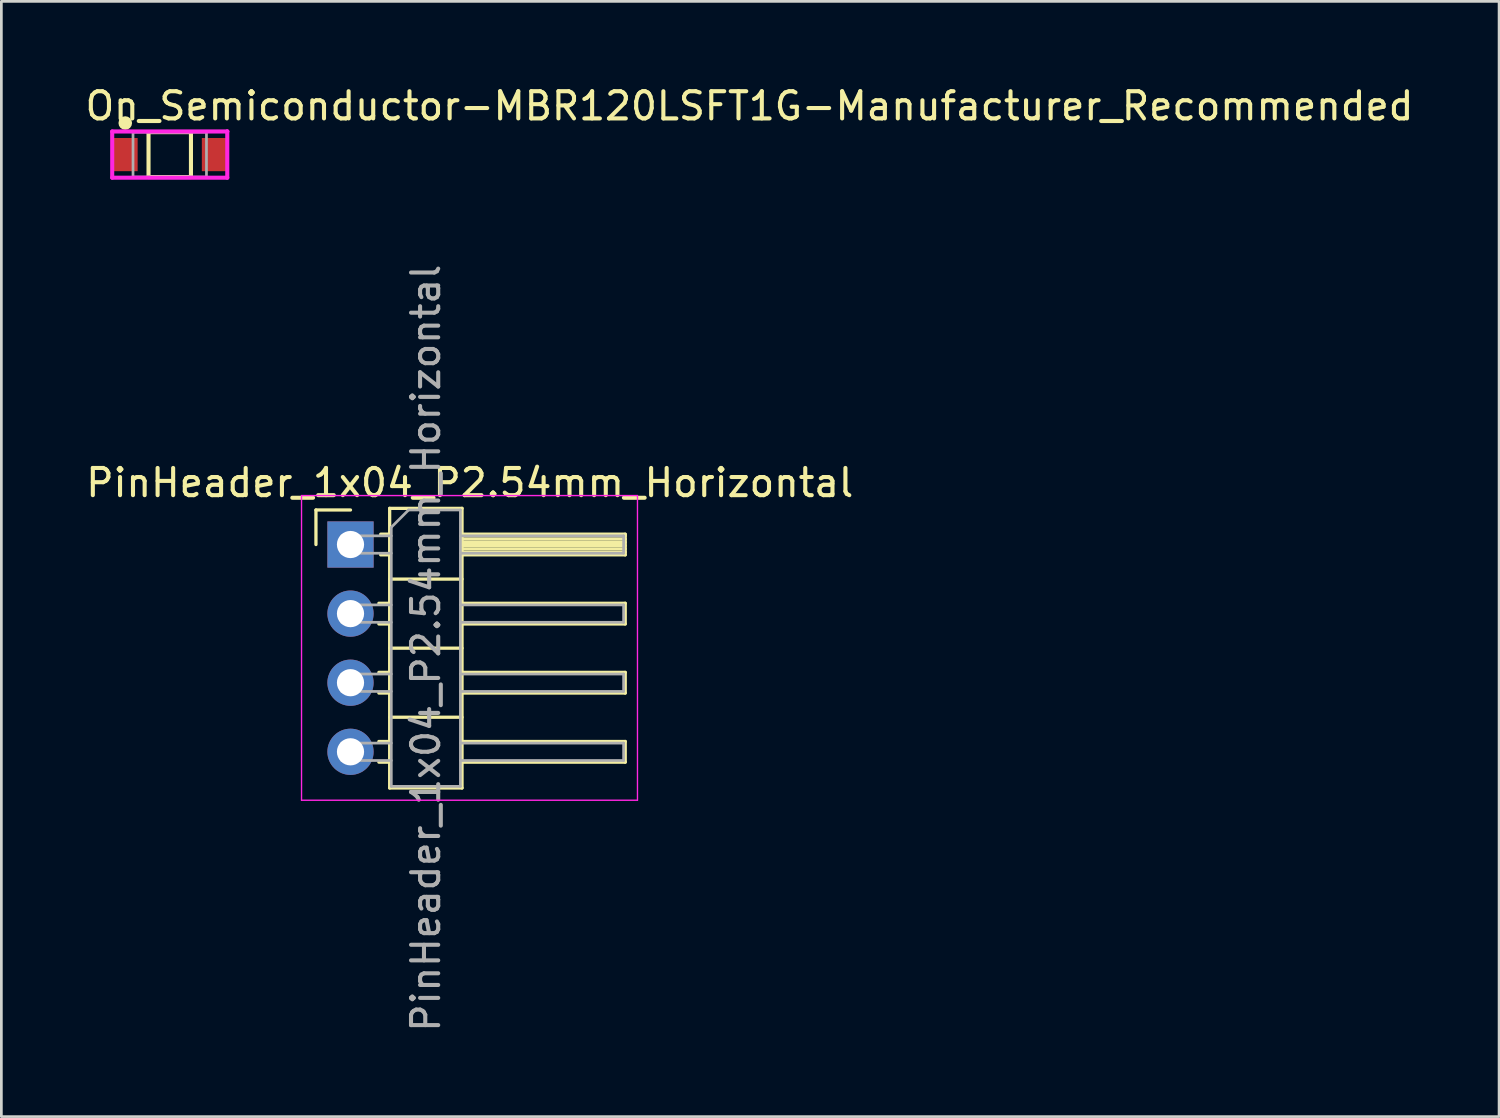
<source format=kicad_pcb>
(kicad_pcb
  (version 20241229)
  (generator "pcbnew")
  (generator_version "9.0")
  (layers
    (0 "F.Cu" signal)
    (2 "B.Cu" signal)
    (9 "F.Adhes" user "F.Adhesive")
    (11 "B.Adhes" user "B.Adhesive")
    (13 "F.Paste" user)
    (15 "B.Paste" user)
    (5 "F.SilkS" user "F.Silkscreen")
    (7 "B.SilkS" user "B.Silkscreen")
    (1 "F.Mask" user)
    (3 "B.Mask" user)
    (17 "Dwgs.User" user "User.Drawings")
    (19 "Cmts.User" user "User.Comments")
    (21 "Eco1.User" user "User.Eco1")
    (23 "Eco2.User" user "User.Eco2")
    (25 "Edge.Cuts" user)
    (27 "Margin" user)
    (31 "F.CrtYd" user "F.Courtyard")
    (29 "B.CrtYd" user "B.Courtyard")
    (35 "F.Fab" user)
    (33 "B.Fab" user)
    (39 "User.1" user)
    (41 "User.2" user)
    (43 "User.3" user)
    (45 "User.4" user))
  (footprint "PinHeader_1x04_P2.54mm_Horizontal"
    (layer "F.Cu")
    (at 9.835 16.968)
    (property "Reference" "PinHeader_1x04_P2.54mm_Horizontal" (at 4.385 -2.27 0) (layer "F.SilkS") (effects (font (size 1 1) (thickness 0.15))))
    (attr through_hole)
    (fp_line (start -1.27 -1.27) (end 0 -1.27) (stroke (width 0.12) (type solid)) (layer "F.SilkS"))
    (fp_line (start -1.27 0) (end -1.27 -1.27) (stroke (width 0.12) (type solid)) (layer "F.SilkS"))
    (fp_line (start 1.043 2.16) (end 1.44 2.16) (stroke (width 0.12) (type solid)) (layer "F.SilkS"))
    (fp_line (start 1.043 2.92) (end 1.44 2.92) (stroke (width 0.12) (type solid)) (layer "F.SilkS"))
    (fp_line (start 1.043 4.7) (end 1.44 4.7) (stroke (width 0.12) (type solid)) (layer "F.SilkS"))
    (fp_line (start 1.043 5.46) (end 1.44 5.46) (stroke (width 0.12) (type solid)) (layer "F.SilkS"))
    (fp_line (start 1.043 7.24) (end 1.44 7.24) (stroke (width 0.12) (type solid)) (layer "F.SilkS"))
    (fp_line (start 1.043 8) (end 1.44 8) (stroke (width 0.12) (type solid)) (layer "F.SilkS"))
    (fp_line (start 1.11 -0.38) (end 1.44 -0.38) (stroke (width 0.12) (type solid)) (layer "F.SilkS"))
    (fp_line (start 1.11 0.38) (end 1.44 0.38) (stroke (width 0.12) (type solid)) (layer "F.SilkS"))
    (fp_line (start 1.44 -1.33) (end 1.44 8.95) (stroke (width 0.12) (type solid)) (layer "F.SilkS"))
    (fp_line (start 1.44 1.27) (end 4.1 1.27) (stroke (width 0.12) (type solid)) (layer "F.SilkS"))
    (fp_line (start 1.44 3.81) (end 4.1 3.81) (stroke (width 0.12) (type solid)) (layer "F.SilkS"))
    (fp_line (start 1.44 6.35) (end 4.1 6.35) (stroke (width 0.12) (type solid)) (layer "F.SilkS"))
    (fp_line (start 1.44 8.95) (end 4.1 8.95) (stroke (width 0.12) (type solid)) (layer "F.SilkS"))
    (fp_line (start 4.1 -1.33) (end 1.44 -1.33) (stroke (width 0.12) (type solid)) (layer "F.SilkS"))
    (fp_line (start 4.1 -0.38) (end 10.1 -0.38) (stroke (width 0.12) (type solid)) (layer "F.SilkS"))
    (fp_line (start 4.1 -0.32) (end 10.1 -0.32) (stroke (width 0.12) (type solid)) (layer "F.SilkS"))
    (fp_line (start 4.1 -0.2) (end 10.1 -0.2) (stroke (width 0.12) (type solid)) (layer "F.SilkS"))
    (fp_line (start 4.1 -0.08) (end 10.1 -0.08) (stroke (width 0.12) (type solid)) (layer "F.SilkS"))
    (fp_line (start 4.1 0.04) (end 10.1 0.04) (stroke (width 0.12) (type solid)) (layer "F.SilkS"))
    (fp_line (start 4.1 0.16) (end 10.1 0.16) (stroke (width 0.12) (type solid)) (layer "F.SilkS"))
    (fp_line (start 4.1 0.28) (end 10.1 0.28) (stroke (width 0.12) (type solid)) (layer "F.SilkS"))
    (fp_line (start 4.1 2.16) (end 10.1 2.16) (stroke (width 0.12) (type solid)) (layer "F.SilkS"))
    (fp_line (start 4.1 4.7) (end 10.1 4.7) (stroke (width 0.12) (type solid)) (layer "F.SilkS"))
    (fp_line (start 4.1 7.24) (end 10.1 7.24) (stroke (width 0.12) (type solid)) (layer "F.SilkS"))
    (fp_line (start 4.1 8.95) (end 4.1 -1.33) (stroke (width 0.12) (type solid)) (layer "F.SilkS"))
    (fp_line (start 10.1 -0.38) (end 10.1 0.38) (stroke (width 0.12) (type solid)) (layer "F.SilkS"))
    (fp_line (start 10.1 0.38) (end 4.1 0.38) (stroke (width 0.12) (type solid)) (layer "F.SilkS"))
    (fp_line (start 10.1 2.16) (end 10.1 2.92) (stroke (width 0.12) (type solid)) (layer "F.SilkS"))
    (fp_line (start 10.1 2.92) (end 4.1 2.92) (stroke (width 0.12) (type solid)) (layer "F.SilkS"))
    (fp_line (start 10.1 4.7) (end 10.1 5.46) (stroke (width 0.12) (type solid)) (layer "F.SilkS"))
    (fp_line (start 10.1 5.46) (end 4.1 5.46) (stroke (width 0.12) (type solid)) (layer "F.SilkS"))
    (fp_line (start 10.1 7.24) (end 10.1 8) (stroke (width 0.12) (type solid)) (layer "F.SilkS"))
    (fp_line (start 10.1 8) (end 4.1 8) (stroke (width 0.12) (type solid)) (layer "F.SilkS"))
    (fp_line (start -1.8 -1.8) (end -1.8 9.4) (stroke (width 0.05) (type solid)) (layer "F.CrtYd"))
    (fp_line (start -1.8 9.4) (end 10.55 9.4) (stroke (width 0.05) (type solid)) (layer "F.CrtYd"))
    (fp_line (start 10.55 -1.8) (end -1.8 -1.8) (stroke (width 0.05) (type solid)) (layer "F.CrtYd"))
    (fp_line (start 10.55 9.4) (end 10.55 -1.8) (stroke (width 0.05) (type solid)) (layer "F.CrtYd"))
    (fp_line (start -0.32 -0.32) (end -0.32 0.32) (stroke (width 0.1) (type solid)) (layer "F.Fab"))
    (fp_line (start -0.32 -0.32) (end 1.5 -0.32) (stroke (width 0.1) (type solid)) (layer "F.Fab"))
    (fp_line (start -0.32 0.32) (end 1.5 0.32) (stroke (width 0.1) (type solid)) (layer "F.Fab"))
    (fp_line (start -0.32 2.22) (end -0.32 2.86) (stroke (width 0.1) (type solid)) (layer "F.Fab"))
    (fp_line (start -0.32 2.22) (end 1.5 2.22) (stroke (width 0.1) (type solid)) (layer "F.Fab"))
    (fp_line (start -0.32 2.86) (end 1.5 2.86) (stroke (width 0.1) (type solid)) (layer "F.Fab"))
    (fp_line (start -0.32 4.76) (end -0.32 5.4) (stroke (width 0.1) (type solid)) (layer "F.Fab"))
    (fp_line (start -0.32 4.76) (end 1.5 4.76) (stroke (width 0.1) (type solid)) (layer "F.Fab"))
    (fp_line (start -0.32 5.4) (end 1.5 5.4) (stroke (width 0.1) (type solid)) (layer "F.Fab"))
    (fp_line (start -0.32 7.3) (end -0.32 7.94) (stroke (width 0.1) (type solid)) (layer "F.Fab"))
    (fp_line (start -0.32 7.3) (end 1.5 7.3) (stroke (width 0.1) (type solid)) (layer "F.Fab"))
    (fp_line (start -0.32 7.94) (end 1.5 7.94) (stroke (width 0.1) (type solid)) (layer "F.Fab"))
    (fp_line (start 1.5 -0.635) (end 2.135 -1.27) (stroke (width 0.1) (type solid)) (layer "F.Fab"))
    (fp_line (start 1.5 8.89) (end 1.5 -0.635) (stroke (width 0.1) (type solid)) (layer "F.Fab"))
    (fp_line (start 2.135 -1.27) (end 4.04 -1.27) (stroke (width 0.1) (type solid)) (layer "F.Fab"))
    (fp_line (start 4.04 -1.27) (end 4.04 8.89) (stroke (width 0.1) (type solid)) (layer "F.Fab"))
    (fp_line (start 4.04 -0.32) (end 10.04 -0.32) (stroke (width 0.1) (type solid)) (layer "F.Fab"))
    (fp_line (start 4.04 0.32) (end 10.04 0.32) (stroke (width 0.1) (type solid)) (layer "F.Fab"))
    (fp_line (start 4.04 2.22) (end 10.04 2.22) (stroke (width 0.1) (type solid)) (layer "F.Fab"))
    (fp_line (start 4.04 2.86) (end 10.04 2.86) (stroke (width 0.1) (type solid)) (layer "F.Fab"))
    (fp_line (start 4.04 4.76) (end 10.04 4.76) (stroke (width 0.1) (type solid)) (layer "F.Fab"))
    (fp_line (start 4.04 5.4) (end 10.04 5.4) (stroke (width 0.1) (type solid)) (layer "F.Fab"))
    (fp_line (start 4.04 7.3) (end 10.04 7.3) (stroke (width 0.1) (type solid)) (layer "F.Fab"))
    (fp_line (start 4.04 7.94) (end 10.04 7.94) (stroke (width 0.1) (type solid)) (layer "F.Fab"))
    (fp_line (start 4.04 8.89) (end 1.5 8.89) (stroke (width 0.1) (type solid)) (layer "F.Fab"))
    (fp_line (start 10.04 -0.32) (end 10.04 0.32) (stroke (width 0.1) (type solid)) (layer "F.Fab"))
    (fp_line (start 10.04 2.22) (end 10.04 2.86) (stroke (width 0.1) (type solid)) (layer "F.Fab"))
    (fp_line (start 10.04 4.76) (end 10.04 5.4) (stroke (width 0.1) (type solid)) (layer "F.Fab"))
    (fp_line (start 10.04 7.3) (end 10.04 7.94) (stroke (width 0.1) (type solid)) (layer "F.Fab"))
    (fp_text user "${REFERENCE}" (at 2.77 3.81 90) (layer "F.Fab") (effects (font (size 1 1) (thickness 0.15))))
    (pad "1" thru_hole rect (at 0 0) (size 1.7 1.7) (drill 1) (layers "*.Cu" "*.Mask"))
    (pad "2" thru_hole oval (at 0 2.54) (size 1.7 1.7) (drill 1) (layers "*.Cu" "*.Mask"))
    (pad "3" thru_hole oval (at 0 5.08) (size 1.7 1.7) (drill 1) (layers "*.Cu" "*.Mask"))
    (pad "4" thru_hole oval (at 0 7.62) (size 1.7 1.7) (drill 1) (layers "*.Cu" "*.Mask")))
  (footprint "On_Semiconductor-MBR120LSFT1G-Manufacturer_Recommended"
    (layer "F.Cu")
    (at 3.19 2.633)
    (property "Reference" "On_Semiconductor-MBR120LSFT1G-Manufacturer_Recommended" (at -3.19 -1.785 0) (layer "F.SilkS") (effects (font (size 1 1) (thickness 0.15)) (justify left)))
    (attr through_hole)
    (fp_line (start -0.78 -0.825) (end 0.78 -0.825) (stroke (width 0.15) (type solid)) (layer "F.SilkS"))
    (fp_line (start -0.78 0.825) (end -0.78 -0.825) (stroke (width 0.15) (type solid)) (layer "F.SilkS"))
    (fp_line (start -0.78 0.825) (end 0.78 0.825) (stroke (width 0.15) (type solid)) (layer "F.SilkS"))
    (fp_line (start 0.78 0.825) (end 0.78 -0.825) (stroke (width 0.15) (type solid)) (layer "F.SilkS"))
    (fp_circle (center -1.635 -1.16) (end -1.51 -1.16) (stroke (width 0.25) (type solid)) (fill no) (layer "F.SilkS"))
    (fp_line (start -2.115 -0.85) (end -2.115 0.85) (stroke (width 0.15) (type solid)) (layer "F.CrtYd"))
    (fp_line (start -2.115 0.85) (end 2.115 0.85) (stroke (width 0.15) (type solid)) (layer "F.CrtYd"))
    (fp_line (start 2.115 -0.85) (end -2.115 -0.85) (stroke (width 0.15) (type solid)) (layer "F.CrtYd"))
    (fp_line (start 2.115 -0.85) (end 2.115 -0.85) (stroke (width 0.15) (type solid)) (layer "F.CrtYd"))
    (fp_line (start 2.115 0.85) (end 2.115 -0.85) (stroke (width 0.15) (type solid)) (layer "F.CrtYd"))
    (fp_line (start -1.35 -0.825) (end 1.35 -0.825) (stroke (width 0.1) (type solid)) (layer "F.Fab"))
    (fp_line (start -1.35 0.825) (end -1.35 -0.825) (stroke (width 0.1) (type solid)) (layer "F.Fab"))
    (fp_line (start -1.35 0.825) (end 1.35 0.825) (stroke (width 0.1) (type solid)) (layer "F.Fab"))
    (fp_line (start 1.35 0.825) (end 1.35 -0.825) (stroke (width 0.1) (type solid)) (layer "F.Fab"))
    (pad "1" smd rect (at -1.635 0) (size 0.91 1.22) (layers "F.Cu" "F.Mask" "F.Paste"))
    (pad "2" smd rect (at 1.635 0) (size 0.91 1.22) (layers "F.Cu" "F.Mask" "F.Paste")))
  (gr_rect
    (start -3 -3)
    (end 52.06 37.999)
    (stroke (width 0.1) (type default))
    (fill no)
    (layer "Edge.Cuts")))
</source>
